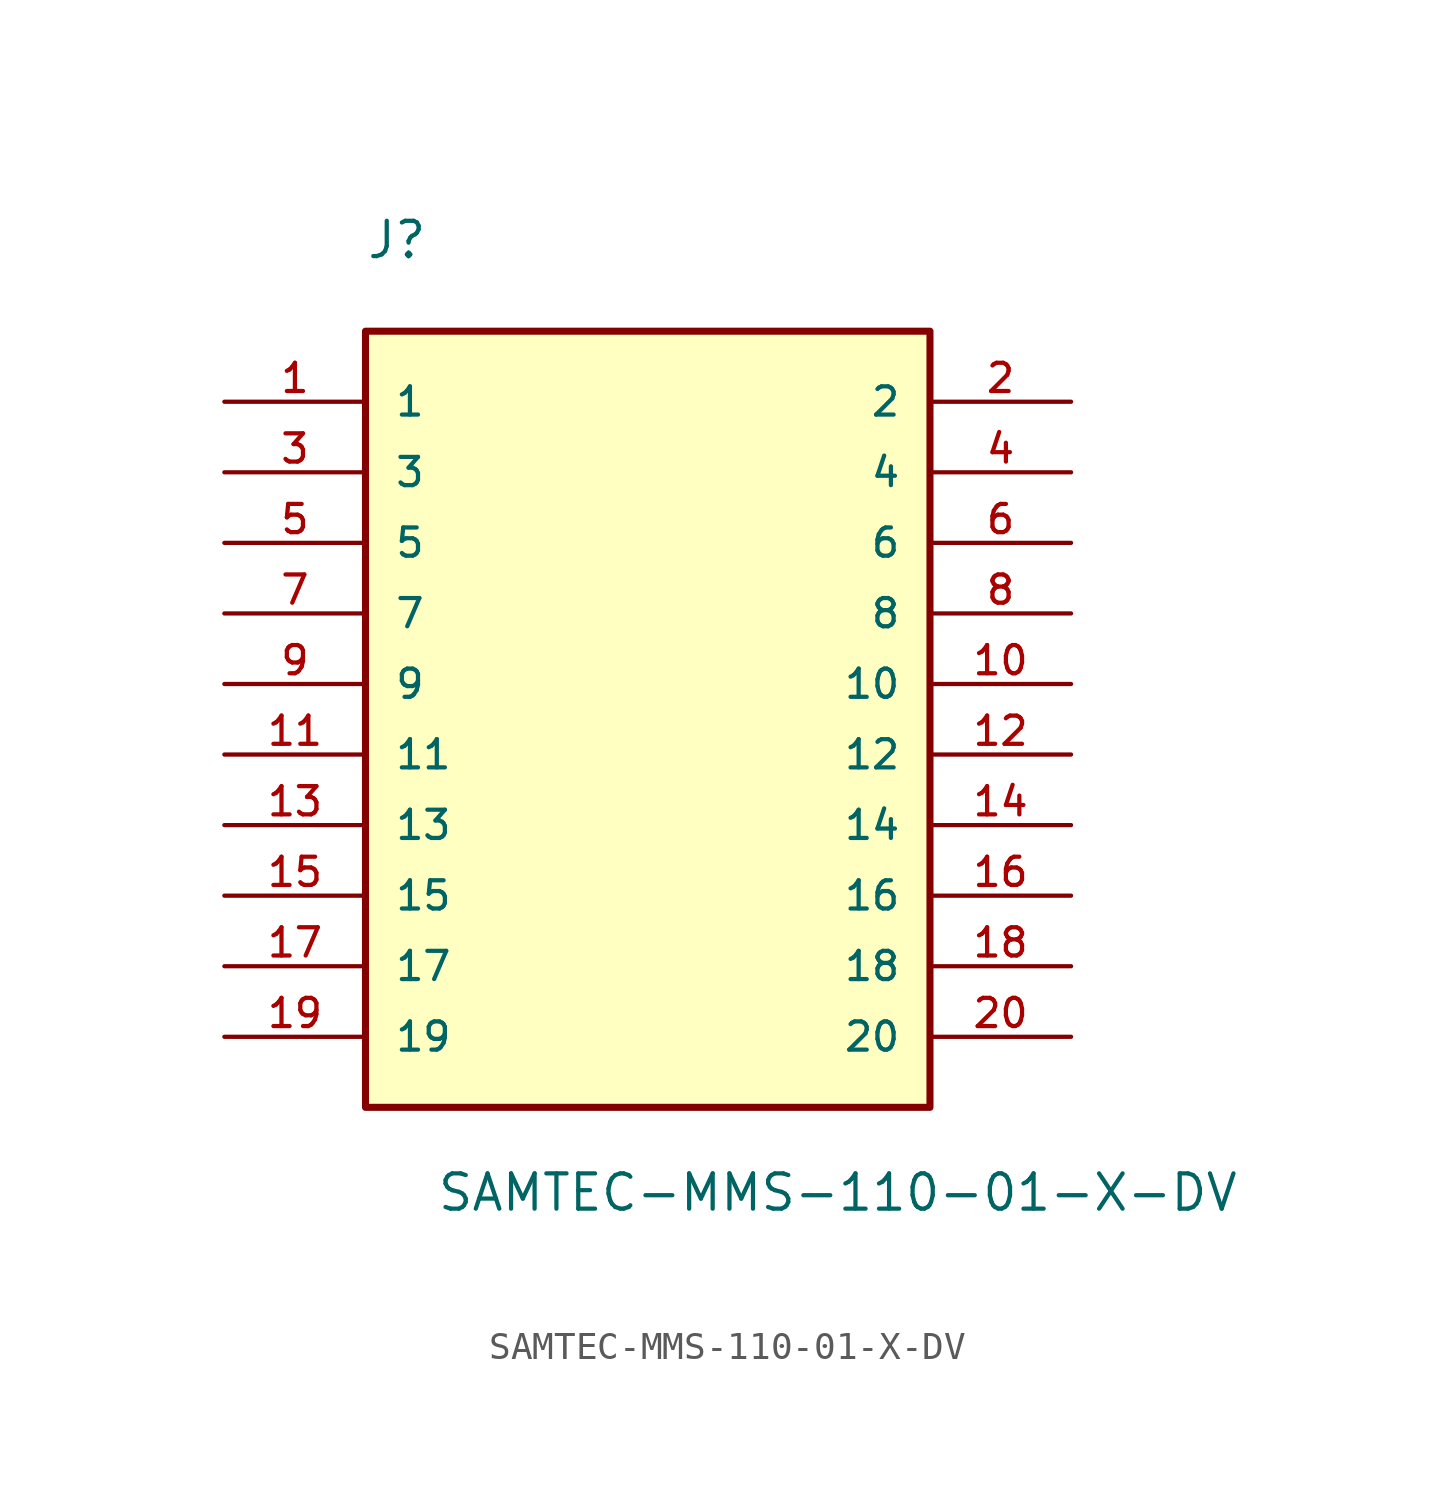
<source format=kicad_sym>
(kicad_symbol_lib
  (version 20211014)
  (generator kicad_symbol_editor)
  (symbol "SAMTEC-MMS-110-01-X-DV"
    (pin_names
      (offset 1.016))
    (property "Reference" "J"
      (at 0 5.08 0)
      (effects (font (size 1.27 1.27)) (justify left bottom)))
    (property "Value" "SAMTEC-MMS-110-01-X-DV"
      (at 2.54 -29.21 0)
      (effects (font (size 1.27 1.27)) (justify left bottom)))
    (property "ki_locked" ""
      (at 0 0 0)
      (effects (font (size 1.27 1.27))))
    (symbol "SAMTEC-MMS-110-01-X-DV_0_0"
      (pin passive line (at -5.08 0 0) (length 5.08) (name "1" (effects (font (size 1.016 1.016)))) (number "1" (effects (font (size 1.016 1.016)))))
      (pin passive line (at 25.4 -10.16 180) (length 5.08) (name "10" (effects (font (size 1.016 1.016)))) (number "10" (effects (font (size 1.016 1.016)))))
      (pin passive line (at -5.08 -12.7 0) (length 5.08) (name "11" (effects (font (size 1.016 1.016)))) (number "11" (effects (font (size 1.016 1.016)))))
      (pin passive line (at 25.4 -12.7 180) (length 5.08) (name "12" (effects (font (size 1.016 1.016)))) (number "12" (effects (font (size 1.016 1.016)))))
      (pin passive line (at -5.08 -15.24 0) (length 5.08) (name "13" (effects (font (size 1.016 1.016)))) (number "13" (effects (font (size 1.016 1.016)))))
      (pin passive line (at 25.4 -15.24 180) (length 5.08) (name "14" (effects (font (size 1.016 1.016)))) (number "14" (effects (font (size 1.016 1.016)))))
      (pin passive line (at -5.08 -17.78 0) (length 5.08) (name "15" (effects (font (size 1.016 1.016)))) (number "15" (effects (font (size 1.016 1.016)))))
      (pin passive line (at 25.4 -17.78 180) (length 5.08) (name "16" (effects (font (size 1.016 1.016)))) (number "16" (effects (font (size 1.016 1.016)))))
      (pin passive line (at -5.08 -20.32 0) (length 5.08) (name "17" (effects (font (size 1.016 1.016)))) (number "17" (effects (font (size 1.016 1.016)))))
      (pin passive line (at 25.4 -20.32 180) (length 5.08) (name "18" (effects (font (size 1.016 1.016)))) (number "18" (effects (font (size 1.016 1.016)))))
      (pin passive line (at -5.08 -22.86 0) (length 5.08) (name "19" (effects (font (size 1.016 1.016)))) (number "19" (effects (font (size 1.016 1.016)))))
      (pin passive line (at 25.4 0 180) (length 5.08) (name "2" (effects (font (size 1.016 1.016)))) (number "2" (effects (font (size 1.016 1.016)))))
      (pin passive line (at 25.4 -22.86 180) (length 5.08) (name "20" (effects (font (size 1.016 1.016)))) (number "20" (effects (font (size 1.016 1.016)))))
      (pin passive line (at -5.08 -2.54 0) (length 5.08) (name "3" (effects (font (size 1.016 1.016)))) (number "3" (effects (font (size 1.016 1.016)))))
      (pin passive line (at 25.4 -2.54 180) (length 5.08) (name "4" (effects (font (size 1.016 1.016)))) (number "4" (effects (font (size 1.016 1.016)))))
      (pin passive line (at -5.08 -5.08 0) (length 5.08) (name "5" (effects (font (size 1.016 1.016)))) (number "5" (effects (font (size 1.016 1.016)))))
      (pin passive line (at 25.4 -5.08 180) (length 5.08) (name "6" (effects (font (size 1.016 1.016)))) (number "6" (effects (font (size 1.016 1.016)))))
      (pin passive line (at -5.08 -7.62 0) (length 5.08) (name "7" (effects (font (size 1.016 1.016)))) (number "7" (effects (font (size 1.016 1.016)))))
      (pin passive line (at 25.4 -7.62 180) (length 5.08) (name "8" (effects (font (size 1.016 1.016)))) (number "8" (effects (font (size 1.016 1.016)))))
      (pin passive line (at -5.08 -10.16 0) (length 5.08) (name "9" (effects (font (size 1.016 1.016)))) (number "9" (effects (font (size 1.016 1.016))))))
    (symbol "SAMTEC-MMS-110-01-X-DV_1_1"
      (rectangle (start 0 2.54) (end 20.32 -25.4) (stroke (width 0.254) (type default) (color 0 0 0 0)) (fill (type background))))))
</source>
